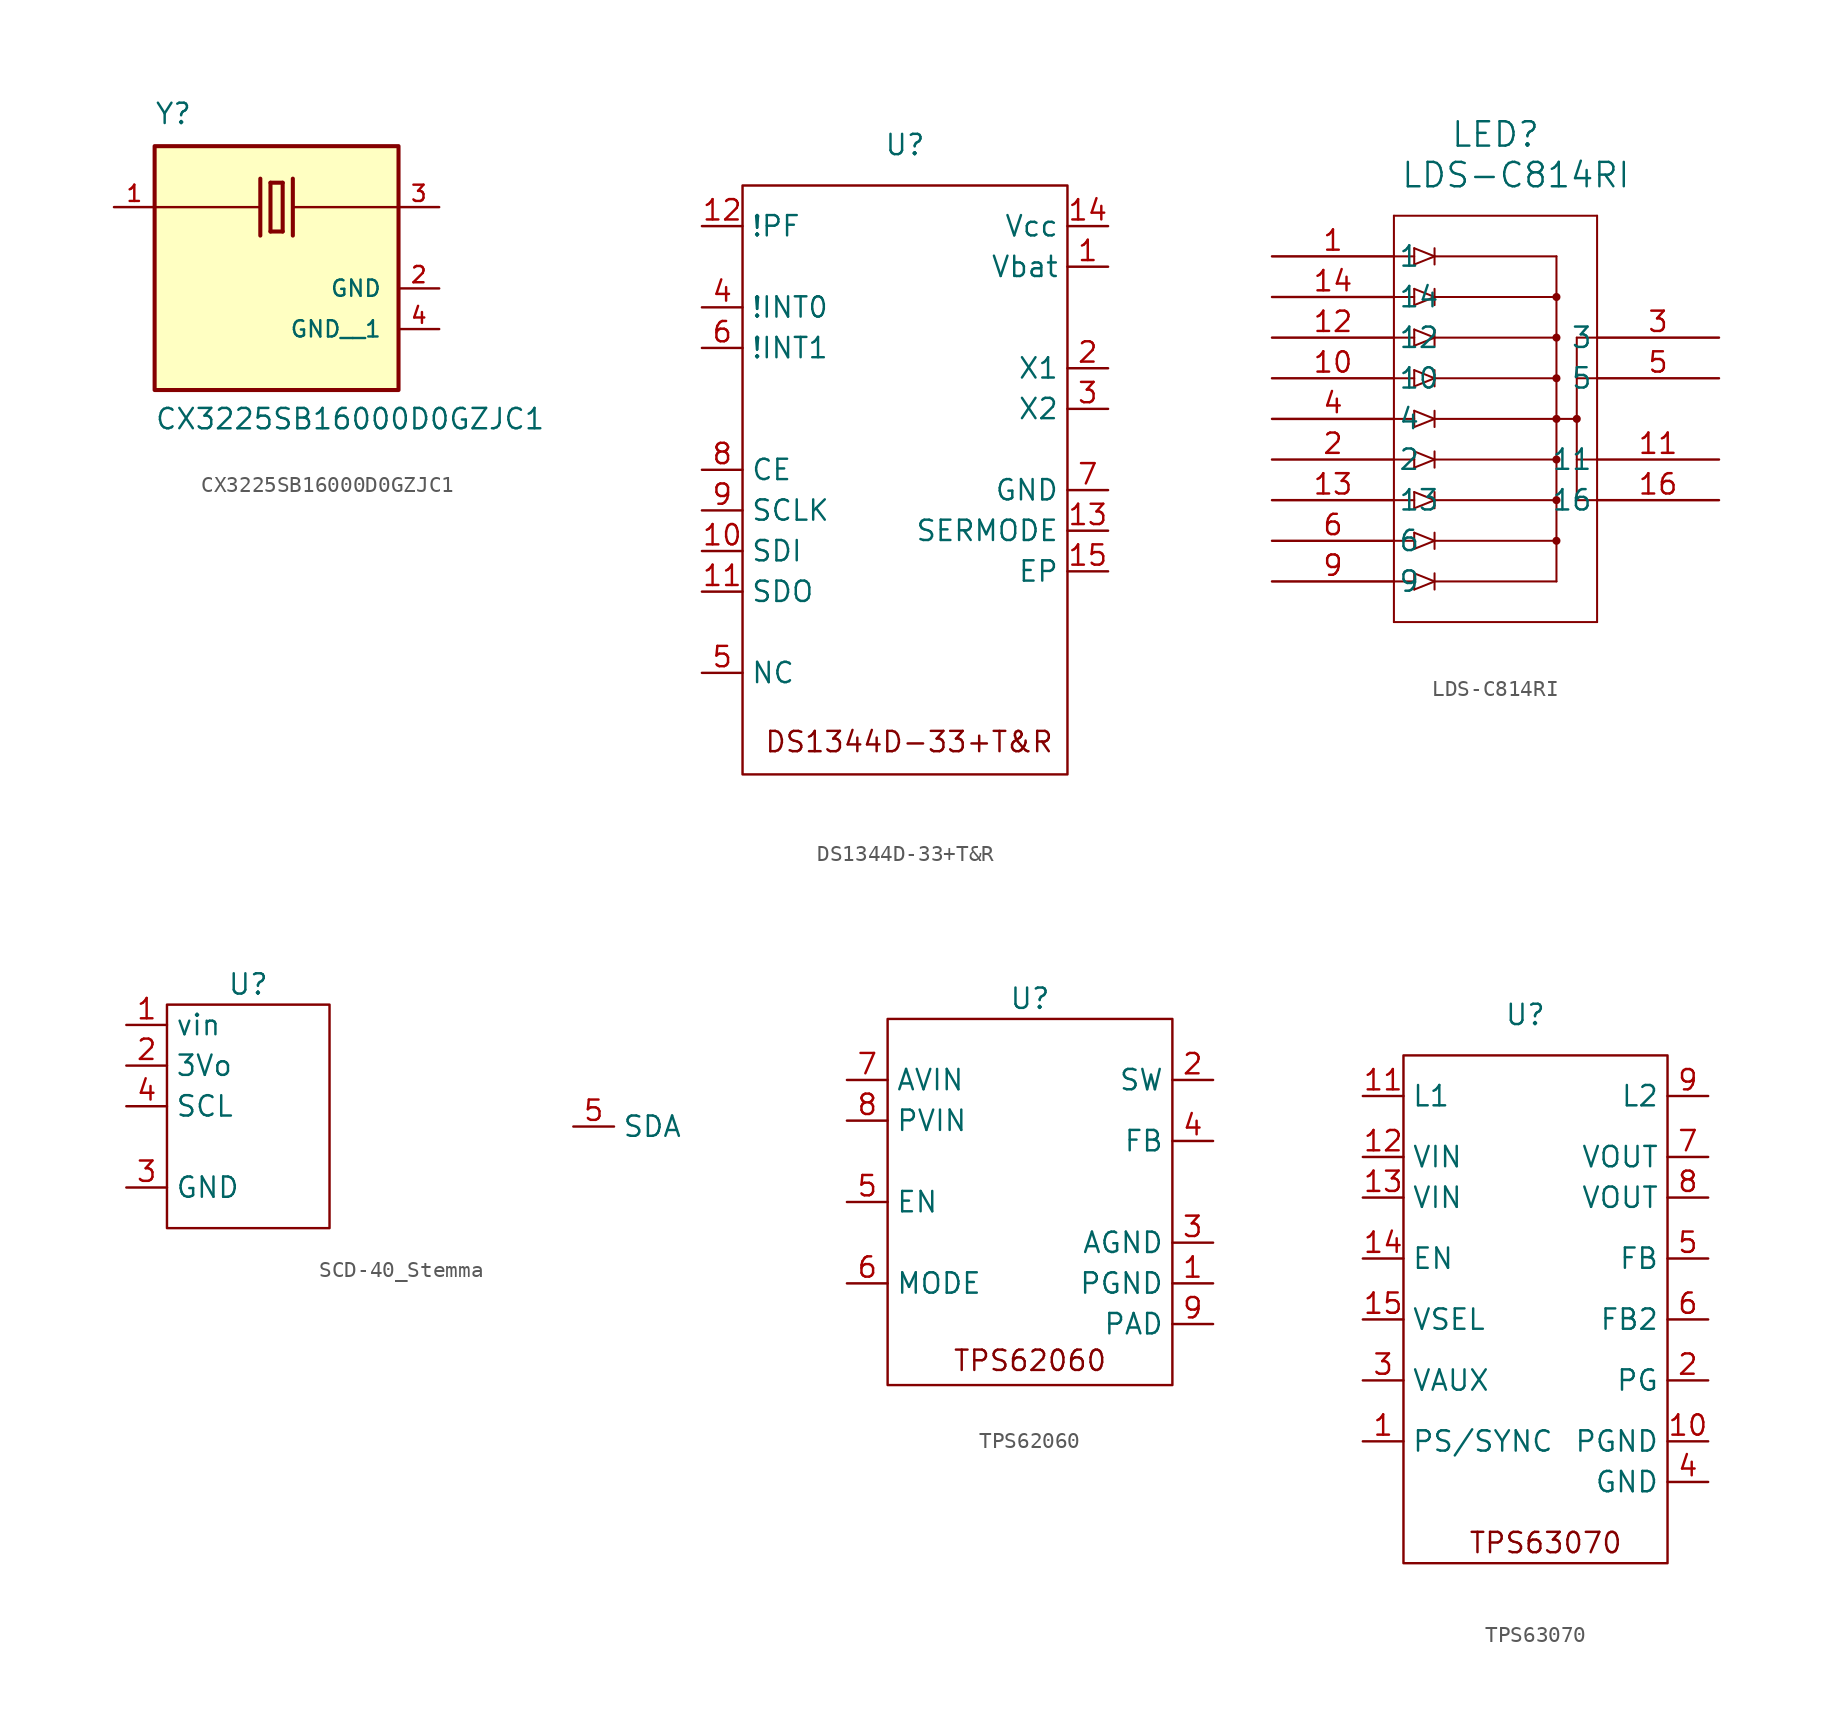
<source format=kicad_sym>
(kicad_symbol_lib
  (version 20231120)
  (generator "kicad_symbol_editor")
  (generator_version "8.0")
  (symbol "CX3225SB16000D0GZJC1"
    (pin_names
      (offset 1.016))
    (property "Reference" "Y"
      (at -7.637 7.631 0)
      (effects (font (size 1.27 1.27)) (justify left bottom)))
    (property "Value" "CX3225SB16000D0GZJC1"
      (at -7.63 -11.439 0)
      (effects (font (size 1.27 1.27)) (justify left bottom)))
    (symbol "CX3225SB16000D0GZJC1_0_0"
      (rectangle (start -7.62 -8.89) (end 7.62 6.35) (stroke (width 0.254) (type default)) (fill (type background)))
      (polyline (pts (xy -1.016 2.54) (xy -7.62 2.54)) (stroke (width 0.152) (type default)) (fill (type none)))
      (polyline (pts (xy -1.016 4.318) (xy -1.016 0.762)) (stroke (width 0.254) (type default)) (fill (type none)))
      (polyline (pts (xy -0.381 1.016) (xy 0.381 1.016)) (stroke (width 0.254) (type default)) (fill (type none)))
      (polyline (pts (xy -0.381 4.064) (xy -0.381 1.016)) (stroke (width 0.254) (type default)) (fill (type none)))
      (polyline (pts (xy 0.381 1.016) (xy 0.381 4.064)) (stroke (width 0.254) (type default)) (fill (type none)))
      (polyline (pts (xy 0.381 4.064) (xy -0.381 4.064)) (stroke (width 0.254) (type default)) (fill (type none)))
      (polyline (pts (xy 1.016 2.54) (xy 7.62 2.54)) (stroke (width 0.152) (type default)) (fill (type none)))
      (polyline (pts (xy 1.016 4.318) (xy 1.016 0.762)) (stroke (width 0.254) (type default)) (fill (type none)))
      (pin passive line (at -10.16 2.54 0) (length 2.54) (name "~" (effects (font (size 1.016 1.016)))) (number "1" (effects (font (size 1.016 1.016)))))
      (pin power_in line (at 10.16 -2.54 180) (length 2.54) (name "GND" (effects (font (size 1.016 1.016)))) (number "2" (effects (font (size 1.016 1.016)))))
      (pin passive line (at 10.16 2.54 180) (length 2.54) (name "~" (effects (font (size 1.016 1.016)))) (number "3" (effects (font (size 1.016 1.016)))))
      (pin power_in line (at 10.16 -5.08 180) (length 2.54) (name "GND__1" (effects (font (size 1.016 1.016)))) (number "4" (effects (font (size 1.016 1.016)))))))
  (symbol "DS1344D-33+T&R"
    (property "Reference" "U"
      (at 0 0 0)
      (effects (font (size 1.27 1.27))))
    (property "Value" ""
      (at 0 0 0)
      (effects (font (size 1.27 1.27))))
    (symbol "DS1344D-33+T&R_1_1"
      (rectangle (start -10.16 -2.54) (end 10.16 -39.37) (stroke (width 0) (type default)) (fill (type none)))
      (text "DS1344D-33+T&R" (at 0.254 -37.338 0) (effects (font (size 1.27 1.27))))
      (pin input line (at 12.7 -7.62 180) (length 2.54) (name "Vbat" (effects (font (size 1.27 1.27)))) (number "1" (effects (font (size 1.27 1.27)))))
      (pin input line (at -12.7 -25.4 0) (length 2.54) (name "SDI" (effects (font (size 1.27 1.27)))) (number "10" (effects (font (size 1.27 1.27)))))
      (pin input line (at -12.7 -27.94 0) (length 2.54) (name "SDO" (effects (font (size 1.27 1.27)))) (number "11" (effects (font (size 1.27 1.27)))))
      (pin input line (at -12.7 -5.08 0) (length 2.54) (name "!PF" (effects (font (size 1.27 1.27)))) (number "12" (effects (font (size 1.27 1.27)))))
      (pin input line (at 12.7 -24.13 180) (length 2.54) (name "SERMODE" (effects (font (size 1.27 1.27)))) (number "13" (effects (font (size 1.27 1.27)))))
      (pin input line (at 12.7 -5.08 180) (length 2.54) (name "Vcc" (effects (font (size 1.27 1.27)))) (number "14" (effects (font (size 1.27 1.27)))))
      (pin input line (at 12.7 -26.67 180) (length 2.54) (name "EP" (effects (font (size 1.27 1.27)))) (number "15" (effects (font (size 1.27 1.27)))))
      (pin input line (at 12.7 -13.97 180) (length 2.54) (name "X1" (effects (font (size 1.27 1.27)))) (number "2" (effects (font (size 1.27 1.27)))))
      (pin input line (at 12.7 -16.51 180) (length 2.54) (name "X2" (effects (font (size 1.27 1.27)))) (number "3" (effects (font (size 1.27 1.27)))))
      (pin input line (at -12.7 -10.16 0) (length 2.54) (name "!INT0" (effects (font (size 1.27 1.27)))) (number "4" (effects (font (size 1.27 1.27)))))
      (pin input line (at -12.7 -33.02 0) (length 2.54) (name "NC" (effects (font (size 1.27 1.27)))) (number "5" (effects (font (size 1.27 1.27)))))
      (pin input line (at -12.7 -12.7 0) (length 2.54) (name "!INT1" (effects (font (size 1.27 1.27)))) (number "6" (effects (font (size 1.27 1.27)))))
      (pin input line (at 12.7 -21.59 180) (length 2.54) (name "GND" (effects (font (size 1.27 1.27)))) (number "7" (effects (font (size 1.27 1.27)))))
      (pin input line (at -12.7 -20.32 0) (length 2.54) (name "CE" (effects (font (size 1.27 1.27)))) (number "8" (effects (font (size 1.27 1.27)))))
      (pin input line (at -12.7 -22.86 0) (length 2.54) (name "SCLK" (effects (font (size 1.27 1.27)))) (number "9" (effects (font (size 1.27 1.27)))))))
  (symbol "LDS-C814RI"
    (pin_names
      (offset 0.254))
    (property "Reference" "LED"
      (at 13.97 7.62 0)
      (effects (font (size 1.524 1.524))))
    (property "Value" "LDS-C814RI"
      (at 15.24 5.08 0)
      (effects (font (size 1.524 1.524))))
    (property "ki_locked" ""
      (at 0 0 0)
      (effects (font (size 1.27 1.27))))
    (symbol "LDS-C814RI_0_1"
      (polyline (pts (xy 7.62 -22.86) (xy 20.32 -22.86)) (stroke (width 0.127) (type default)) (fill (type none)))
      (polyline (pts (xy 7.62 -20.32) (xy 8.89 -20.32)) (stroke (width 0.127) (type default)) (fill (type none)))
      (polyline (pts (xy 7.62 -17.78) (xy 8.89 -17.78)) (stroke (width 0.127) (type default)) (fill (type none)))
      (polyline (pts (xy 7.62 -15.24) (xy 8.89 -15.24)) (stroke (width 0.127) (type default)) (fill (type none)))
      (polyline (pts (xy 7.62 -12.7) (xy 8.89 -12.7)) (stroke (width 0.127) (type default)) (fill (type none)))
      (polyline (pts (xy 7.62 -10.16) (xy 8.89 -10.16)) (stroke (width 0.127) (type default)) (fill (type none)))
      (polyline (pts (xy 7.62 -7.62) (xy 8.89 -7.62)) (stroke (width 0.127) (type default)) (fill (type none)))
      (polyline (pts (xy 7.62 -5.08) (xy 8.89 -5.08)) (stroke (width 0.127) (type default)) (fill (type none)))
      (polyline (pts (xy 7.62 0) (xy 8.89 0)) (stroke (width 0.127) (type default)) (fill (type none)))
      (polyline (pts (xy 7.62 2.54) (xy 7.62 -22.86)) (stroke (width 0.127) (type default)) (fill (type none)))
      (polyline (pts (xy 8.89 -20.828) (xy 8.89 -19.812)) (stroke (width 0.127) (type default)) (fill (type none)))
      (polyline (pts (xy 8.89 -18.288) (xy 8.89 -17.272)) (stroke (width 0.127) (type default)) (fill (type none)))
      (polyline (pts (xy 8.89 -15.748) (xy 8.89 -14.732)) (stroke (width 0.127) (type default)) (fill (type none)))
      (polyline (pts (xy 8.89 -13.208) (xy 8.89 -12.192)) (stroke (width 0.127) (type default)) (fill (type none)))
      (polyline (pts (xy 8.89 -10.668) (xy 8.89 -9.652)) (stroke (width 0.127) (type default)) (fill (type none)))
      (polyline (pts (xy 8.89 -8.128) (xy 8.89 -7.112)) (stroke (width 0.127) (type default)) (fill (type none)))
      (polyline (pts (xy 8.89 -5.588) (xy 8.89 -4.572)) (stroke (width 0.127) (type default)) (fill (type none)))
      (polyline (pts (xy 8.89 -3.048) (xy 8.89 -2.032)) (stroke (width 0.127) (type default)) (fill (type none)))
      (polyline (pts (xy 8.89 -2.54) (xy 7.62 -2.54)) (stroke (width 0.127) (type default)) (fill (type none)))
      (polyline (pts (xy 8.89 -0.508) (xy 8.89 0.508)) (stroke (width 0.127) (type default)) (fill (type none)))
      (polyline (pts (xy 10.16 -20.32) (xy 8.89 -20.828)) (stroke (width 0.127) (type default)) (fill (type none)))
      (polyline (pts (xy 10.16 -20.32) (xy 8.89 -19.812)) (stroke (width 0.127) (type default)) (fill (type none)))
      (polyline (pts (xy 10.16 -20.32) (xy 17.78 -20.32)) (stroke (width 0.127) (type default)) (fill (type none)))
      (polyline (pts (xy 10.16 -19.812) (xy 10.16 -20.828)) (stroke (width 0.127) (type default)) (fill (type none)))
      (polyline (pts (xy 10.16 -17.78) (xy 8.89 -18.288)) (stroke (width 0.127) (type default)) (fill (type none)))
      (polyline (pts (xy 10.16 -17.78) (xy 8.89 -17.272)) (stroke (width 0.127) (type default)) (fill (type none)))
      (polyline (pts (xy 10.16 -17.78) (xy 17.78 -17.78)) (stroke (width 0.127) (type default)) (fill (type none)))
      (polyline (pts (xy 10.16 -17.272) (xy 10.16 -18.288)) (stroke (width 0.127) (type default)) (fill (type none)))
      (polyline (pts (xy 10.16 -15.24) (xy 8.89 -15.748)) (stroke (width 0.127) (type default)) (fill (type none)))
      (polyline (pts (xy 10.16 -15.24) (xy 8.89 -14.732)) (stroke (width 0.127) (type default)) (fill (type none)))
      (polyline (pts (xy 10.16 -14.732) (xy 10.16 -15.748)) (stroke (width 0.127) (type default)) (fill (type none)))
      (polyline (pts (xy 10.16 -12.7) (xy 8.89 -13.208)) (stroke (width 0.127) (type default)) (fill (type none)))
      (polyline (pts (xy 10.16 -12.7) (xy 8.89 -12.192)) (stroke (width 0.127) (type default)) (fill (type none)))
      (polyline (pts (xy 10.16 -12.192) (xy 10.16 -13.208)) (stroke (width 0.127) (type default)) (fill (type none)))
      (polyline (pts (xy 10.16 -10.16) (xy 8.89 -10.668)) (stroke (width 0.127) (type default)) (fill (type none)))
      (polyline (pts (xy 10.16 -10.16) (xy 8.89 -9.652)) (stroke (width 0.127) (type default)) (fill (type none)))
      (polyline (pts (xy 10.16 -9.652) (xy 10.16 -10.668)) (stroke (width 0.127) (type default)) (fill (type none)))
      (polyline (pts (xy 10.16 -7.62) (xy 8.89 -8.128)) (stroke (width 0.127) (type default)) (fill (type none)))
      (polyline (pts (xy 10.16 -7.62) (xy 8.89 -7.112)) (stroke (width 0.127) (type default)) (fill (type none)))
      (polyline (pts (xy 10.16 -7.112) (xy 10.16 -8.128)) (stroke (width 0.127) (type default)) (fill (type none)))
      (polyline (pts (xy 10.16 -5.08) (xy 8.89 -5.588)) (stroke (width 0.127) (type default)) (fill (type none)))
      (polyline (pts (xy 10.16 -5.08) (xy 8.89 -4.572)) (stroke (width 0.127) (type default)) (fill (type none)))
      (polyline (pts (xy 10.16 -4.572) (xy 10.16 -5.588)) (stroke (width 0.127) (type default)) (fill (type none)))
      (polyline (pts (xy 10.16 -2.54) (xy 8.89 -3.048)) (stroke (width 0.127) (type default)) (fill (type none)))
      (polyline (pts (xy 10.16 -2.54) (xy 8.89 -2.032)) (stroke (width 0.127) (type default)) (fill (type none)))
      (polyline (pts (xy 10.16 -2.032) (xy 10.16 -3.048)) (stroke (width 0.127) (type default)) (fill (type none)))
      (polyline (pts (xy 10.16 0) (xy 8.89 -0.508)) (stroke (width 0.127) (type default)) (fill (type none)))
      (polyline (pts (xy 10.16 0) (xy 8.89 0.508)) (stroke (width 0.127) (type default)) (fill (type none)))
      (polyline (pts (xy 10.16 0.508) (xy 10.16 -0.508)) (stroke (width 0.127) (type default)) (fill (type none)))
      (polyline (pts (xy 17.78 -15.24) (xy 10.16 -15.24)) (stroke (width 0.127) (type default)) (fill (type none)))
      (polyline (pts (xy 17.78 -12.7) (xy 10.16 -12.7)) (stroke (width 0.127) (type default)) (fill (type none)))
      (polyline (pts (xy 17.78 -7.62) (xy 10.16 -7.62)) (stroke (width 0.127) (type default)) (fill (type none)))
      (polyline (pts (xy 17.78 -5.08) (xy 10.16 -5.08)) (stroke (width 0.127) (type default)) (fill (type none)))
      (polyline (pts (xy 17.78 -2.54) (xy 10.16 -2.54)) (stroke (width 0.127) (type default)) (fill (type none)))
      (polyline (pts (xy 17.78 0) (xy 10.16 0)) (stroke (width 0.127) (type default)) (fill (type none)))
      (polyline (pts (xy 17.78 0) (xy 17.78 -20.32)) (stroke (width 0.127) (type default)) (fill (type none)))
      (polyline (pts (xy 19.05 -15.24) (xy 20.32 -15.24)) (stroke (width 0.127) (type default)) (fill (type none)))
      (polyline (pts (xy 19.05 -12.7) (xy 20.32 -12.7)) (stroke (width 0.127) (type default)) (fill (type none)))
      (polyline (pts (xy 19.05 -10.16) (xy 10.16 -10.16)) (stroke (width 0.127) (type default)) (fill (type none)))
      (polyline (pts (xy 19.05 -5.08) (xy 19.05 -15.24)) (stroke (width 0.127) (type default)) (fill (type none)))
      (polyline (pts (xy 19.05 -5.08) (xy 20.32 -5.08)) (stroke (width 0.127) (type default)) (fill (type none)))
      (polyline (pts (xy 20.32 -22.86) (xy 20.32 2.54)) (stroke (width 0.127) (type default)) (fill (type none)))
      (polyline (pts (xy 20.32 -7.62) (xy 19.05 -7.62)) (stroke (width 0.127) (type default)) (fill (type none)))
      (polyline (pts (xy 20.32 2.54) (xy 7.62 2.54)) (stroke (width 0.127) (type default)) (fill (type none)))
      (circle (center 17.78 -17.78) (radius 0.127) (stroke (width 0.254) (type default)) (fill (type none)))
      (circle (center 17.78 -15.24) (radius 0.127) (stroke (width 0.254) (type default)) (fill (type none)))
      (circle (center 17.78 -12.7) (radius 0.127) (stroke (width 0.254) (type default)) (fill (type none)))
      (circle (center 17.78 -10.16) (radius 0.127) (stroke (width 0.254) (type default)) (fill (type none)))
      (circle (center 17.78 -7.62) (radius 0.127) (stroke (width 0.254) (type default)) (fill (type none)))
      (circle (center 17.78 -5.08) (radius 0.127) (stroke (width 0.254) (type default)) (fill (type none)))
      (circle (center 17.78 -2.54) (radius 0.127) (stroke (width 0.254) (type default)) (fill (type none)))
      (circle (center 19.05 -10.16) (radius 0.127) (stroke (width 0.254) (type default)) (fill (type none)))
      (pin unspecified line (at 0 0 0) (length 7.62) (name "1" (effects (font (size 1.27 1.27)))) (number "1" (effects (font (size 1.27 1.27)))))
      (pin unspecified line (at 0 -7.62 0) (length 7.62) (name "10" (effects (font (size 1.27 1.27)))) (number "10" (effects (font (size 1.27 1.27)))))
      (pin unspecified line (at 27.94 -12.7 180) (length 7.62) (name "11" (effects (font (size 1.27 1.27)))) (number "11" (effects (font (size 1.27 1.27)))))
      (pin unspecified line (at 0 -5.08 0) (length 7.62) (name "12" (effects (font (size 1.27 1.27)))) (number "12" (effects (font (size 1.27 1.27)))))
      (pin unspecified line (at 0 -15.24 0) (length 7.62) (name "13" (effects (font (size 1.27 1.27)))) (number "13" (effects (font (size 1.27 1.27)))))
      (pin unspecified line (at 0 -2.54 0) (length 7.62) (name "14" (effects (font (size 1.27 1.27)))) (number "14" (effects (font (size 1.27 1.27)))))
      (pin unspecified line (at 27.94 -15.24 180) (length 7.62) (name "16" (effects (font (size 1.27 1.27)))) (number "16" (effects (font (size 1.27 1.27)))))
      (pin unspecified line (at 0 -12.7 0) (length 7.62) (name "2" (effects (font (size 1.27 1.27)))) (number "2" (effects (font (size 1.27 1.27)))))
      (pin unspecified line (at 27.94 -5.08 180) (length 7.62) (name "3" (effects (font (size 1.27 1.27)))) (number "3" (effects (font (size 1.27 1.27)))))
      (pin unspecified line (at 0 -10.16 0) (length 7.62) (name "4" (effects (font (size 1.27 1.27)))) (number "4" (effects (font (size 1.27 1.27)))))
      (pin unspecified line (at 27.94 -7.62 180) (length 7.62) (name "5" (effects (font (size 1.27 1.27)))) (number "5" (effects (font (size 1.27 1.27)))))
      (pin unspecified line (at 0 -17.78 0) (length 7.62) (name "6" (effects (font (size 1.27 1.27)))) (number "6" (effects (font (size 1.27 1.27)))))
      (pin unspecified line (at 0 -20.32 0) (length 7.62) (name "9" (effects (font (size 1.27 1.27)))) (number "9" (effects (font (size 1.27 1.27)))))))
  (symbol "SCD-40_Stemma"
    (property "Reference" "U"
      (at 0 0 0)
      (effects (font (size 1.27 1.27))))
    (property "Value" ""
      (at 0 0 0)
      (effects (font (size 1.27 1.27))))
    (symbol "SCD-40_Stemma_0_1"
      (rectangle (start -5.08 -1.27) (end 5.08 -15.24) (stroke (width 0) (type default)) (fill (type none))))
    (symbol "SCD-40_Stemma_1_1"
      (pin input line (at -7.62 -2.54 0) (length 2.54) (name "vin" (effects (font (size 1.27 1.27)))) (number "1" (effects (font (size 1.27 1.27)))))
      (pin output line (at -7.62 -5.08 0) (length 2.54) (name "3Vo" (effects (font (size 1.27 1.27)))) (number "2" (effects (font (size 1.27 1.27)))))
      (pin input line (at -7.62 -12.7 0) (length 2.54) (name "GND" (effects (font (size 1.27 1.27)))) (number "3" (effects (font (size 1.27 1.27)))))
      (pin input line (at -7.62 -7.62 0) (length 2.54) (name "SCL" (effects (font (size 1.27 1.27)))) (number "4" (effects (font (size 1.27 1.27)))))
      (pin input line (at 20.32 -8.89 0) (length 2.54) (name "SDA" (effects (font (size 1.27 1.27)))) (number "5" (effects (font (size 1.27 1.27)))))))
  (symbol "TPS62060"
    (property "Reference" "U"
      (at 0 0 0)
      (effects (font (size 1.27 1.27))))
    (property "Value" ""
      (at 0 0 0)
      (effects (font (size 1.27 1.27))))
    (symbol "TPS62060_0_1"
      (rectangle (start -8.89 -1.27) (end 8.89 -24.13) (stroke (width 0) (type default)) (fill (type none))))
    (symbol "TPS62060_1_1"
      (text "TPS62060" (at 0 -22.606 0) (effects (font (size 1.27 1.27))))
      (pin power_in line (at 11.43 -17.78 180) (length 2.54) (name "PGND" (effects (font (size 1.27 1.27)))) (number "1" (effects (font (size 1.27 1.27)))))
      (pin output line (at 11.43 -5.08 180) (length 2.54) (name "SW" (effects (font (size 1.27 1.27)))) (number "2" (effects (font (size 1.27 1.27)))))
      (pin input line (at 11.43 -15.24 180) (length 2.54) (name "AGND" (effects (font (size 1.27 1.27)))) (number "3" (effects (font (size 1.27 1.27)))))
      (pin input line (at 11.43 -8.89 180) (length 2.54) (name "FB" (effects (font (size 1.27 1.27)))) (number "4" (effects (font (size 1.27 1.27)))))
      (pin input line (at -11.43 -12.7 0) (length 2.54) (name "EN" (effects (font (size 1.27 1.27)))) (number "5" (effects (font (size 1.27 1.27)))))
      (pin input line (at -11.43 -17.78 0) (length 2.54) (name "MODE" (effects (font (size 1.27 1.27)))) (number "6" (effects (font (size 1.27 1.27)))))
      (pin input line (at -11.43 -5.08 0) (length 2.54) (name "AVIN" (effects (font (size 1.27 1.27)))) (number "7" (effects (font (size 1.27 1.27)))))
      (pin power_in line (at -11.43 -7.62 0) (length 2.54) (name "PVIN" (effects (font (size 1.27 1.27)))) (number "8" (effects (font (size 1.27 1.27)))))
      (pin input line (at 11.43 -20.32 180) (length 2.54) (name "PAD" (effects (font (size 1.27 1.27)))) (number "9" (effects (font (size 1.27 1.27)))))))
  (symbol "TPS63070"
    (property "Reference" "U"
      (at 0 0 0)
      (effects (font (size 1.27 1.27))))
    (property "Value" ""
      (at 0 0 0)
      (effects (font (size 1.27 1.27))))
    (symbol "TPS63070_1_1"
      (rectangle (start -7.62 -2.54) (end 8.89 -34.29) (stroke (width 0) (type default)) (fill (type none)))
      (text "TPS63070" (at 1.27 -33.02 0) (effects (font (size 1.27 1.27))))
      (pin input line (at -10.16 -26.67 0) (length 2.54) (name "PS/SYNC" (effects (font (size 1.27 1.27)))) (number "1" (effects (font (size 1.27 1.27)))))
      (pin input line (at 11.43 -26.67 180) (length 2.54) (name "PGND" (effects (font (size 1.27 1.27)))) (number "10" (effects (font (size 1.27 1.27)))))
      (pin input line (at -10.16 -5.08 0) (length 2.54) (name "L1" (effects (font (size 1.27 1.27)))) (number "11" (effects (font (size 1.27 1.27)))))
      (pin input line (at -10.16 -8.89 0) (length 2.54) (name "VIN" (effects (font (size 1.27 1.27)))) (number "12" (effects (font (size 1.27 1.27)))))
      (pin input line (at -10.16 -11.43 0) (length 2.54) (name "VIN" (effects (font (size 1.27 1.27)))) (number "13" (effects (font (size 1.27 1.27)))))
      (pin input line (at -10.16 -15.24 0) (length 2.54) (name "EN" (effects (font (size 1.27 1.27)))) (number "14" (effects (font (size 1.27 1.27)))))
      (pin input line (at -10.16 -19.05 0) (length 2.54) (name "VSEL" (effects (font (size 1.27 1.27)))) (number "15" (effects (font (size 1.27 1.27)))))
      (pin input line (at 11.43 -22.86 180) (length 2.54) (name "PG" (effects (font (size 1.27 1.27)))) (number "2" (effects (font (size 1.27 1.27)))))
      (pin input line (at -10.16 -22.86 0) (length 2.54) (name "VAUX" (effects (font (size 1.27 1.27)))) (number "3" (effects (font (size 1.27 1.27)))))
      (pin input line (at 11.43 -29.21 180) (length 2.54) (name "GND" (effects (font (size 1.27 1.27)))) (number "4" (effects (font (size 1.27 1.27)))))
      (pin input line (at 11.43 -15.24 180) (length 2.54) (name "FB" (effects (font (size 1.27 1.27)))) (number "5" (effects (font (size 1.27 1.27)))))
      (pin input line (at 11.43 -19.05 180) (length 2.54) (name "FB2" (effects (font (size 1.27 1.27)))) (number "6" (effects (font (size 1.27 1.27)))))
      (pin input line (at 11.43 -8.89 180) (length 2.54) (name "VOUT" (effects (font (size 1.27 1.27)))) (number "7" (effects (font (size 1.27 1.27)))))
      (pin input line (at 11.43 -11.43 180) (length 2.54) (name "VOUT" (effects (font (size 1.27 1.27)))) (number "8" (effects (font (size 1.27 1.27)))))
      (pin input line (at 11.43 -5.08 180) (length 2.54) (name "L2" (effects (font (size 1.27 1.27)))) (number "9" (effects (font (size 1.27 1.27))))))))
</source>
